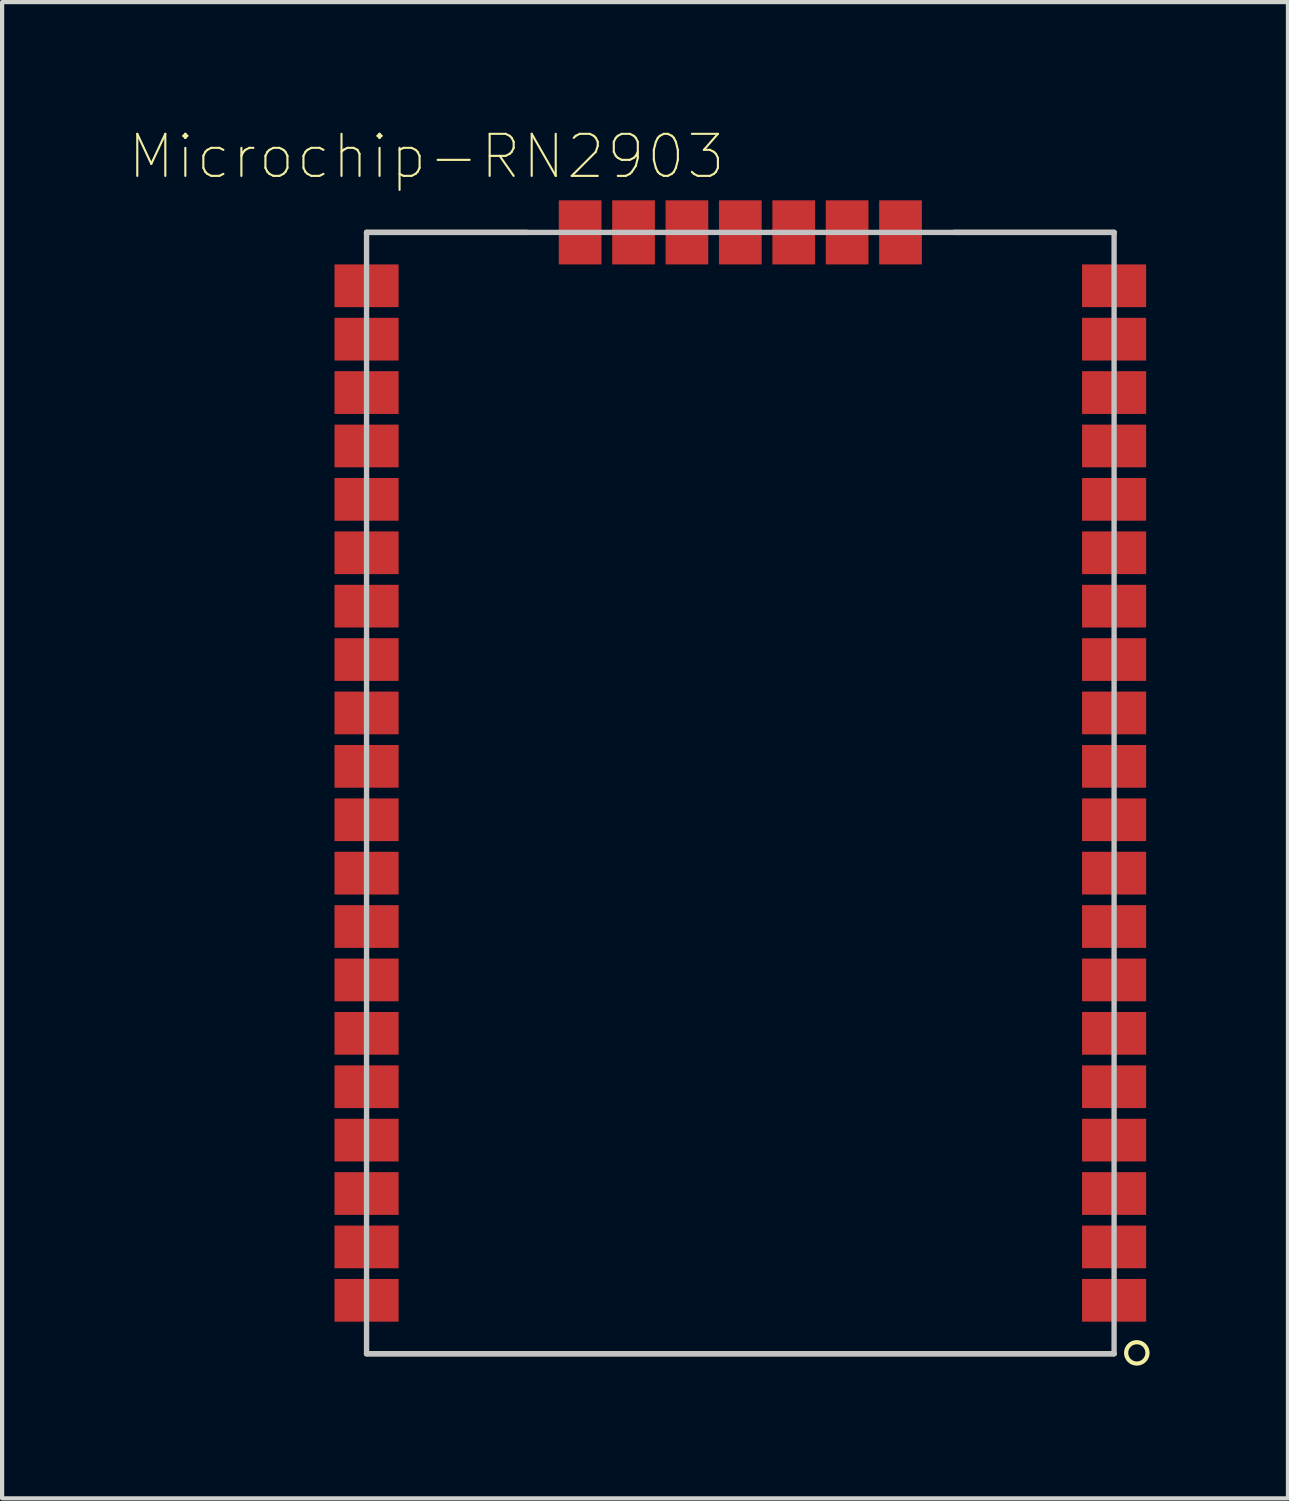
<source format=kicad_pcb>
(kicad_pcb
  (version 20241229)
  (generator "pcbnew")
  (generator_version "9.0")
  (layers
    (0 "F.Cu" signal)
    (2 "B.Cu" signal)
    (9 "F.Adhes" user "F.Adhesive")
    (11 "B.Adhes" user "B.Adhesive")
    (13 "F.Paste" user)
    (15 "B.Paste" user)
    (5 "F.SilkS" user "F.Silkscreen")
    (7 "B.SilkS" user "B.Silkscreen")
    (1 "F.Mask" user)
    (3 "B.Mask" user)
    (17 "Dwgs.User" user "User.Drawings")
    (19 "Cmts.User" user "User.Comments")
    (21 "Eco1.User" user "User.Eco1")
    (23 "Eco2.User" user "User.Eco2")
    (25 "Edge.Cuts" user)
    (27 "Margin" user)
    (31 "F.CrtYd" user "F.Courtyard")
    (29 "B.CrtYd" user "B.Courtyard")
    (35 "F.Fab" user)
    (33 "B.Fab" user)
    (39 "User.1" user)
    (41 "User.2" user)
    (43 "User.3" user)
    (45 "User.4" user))
  (footprint "Microchip-RN2903"
    (layer "F.Cu")
    (at 14.558 15.812)
    (property "Reference" "Microchip-RN2903" (at -7.462 -15.139 0) (layer "F.SilkS") (effects (font (size 1 1) (thickness 0.05))))
    (attr smd)
    (fp_line (start -8.89 -13.335) (end -5.08 -13.335) (stroke (width 0.127) (type solid)) (layer "F.SilkS"))
    (fp_line (start -8.89 13.335) (end 8.89 13.335) (stroke (width 0.127) (type solid)) (layer "F.SilkS"))
    (fp_line (start 5.08 -13.335) (end 8.89 -13.335) (stroke (width 0.127) (type solid)) (layer "F.SilkS"))
    (fp_circle (center 9.43 13.315) (end 9.684 13.315) (stroke (width 0.1) (type solid)) (fill no) (layer "F.SilkS"))
    (fp_line (start -8.89 -13.335) (end -8.89 13.335) (stroke (width 0.127) (type solid)) (layer "Dwgs.User"))
    (fp_line (start -8.89 13.335) (end 8.89 13.335) (stroke (width 0.127) (type solid)) (layer "Dwgs.User"))
    (fp_line (start 8.89 -13.335) (end -8.89 -13.335) (stroke (width 0.127) (type solid)) (layer "Dwgs.User"))
    (fp_line (start 8.89 13.335) (end 8.89 -13.335) (stroke (width 0.127) (type solid)) (layer "Dwgs.User"))
    (fp_line (start -10 -14.5) (end -10 13.75) (stroke (width 0.05) (type solid)) (layer "Eco1.User"))
    (fp_line (start -10 13.75) (end 10 13.75) (stroke (width 0.05) (type solid)) (layer "Eco1.User"))
    (fp_line (start 10 -14.5) (end -10 -14.5) (stroke (width 0.05) (type solid)) (layer "Eco1.User"))
    (fp_line (start 10 13.75) (end 10 -14.5) (stroke (width 0.05) (type solid)) (layer "Eco1.User"))
    (pad "1" smd rect (at 8.89 12.065 90) (size 1.016 1.524) (layers "F.Cu" "F.Mask" "F.Paste"))
    (pad "2" smd rect (at 8.89 10.795 90) (size 1.016 1.524) (layers "F.Cu" "F.Mask" "F.Paste"))
    (pad "3" smd rect (at 8.89 9.525 90) (size 1.016 1.524) (layers "F.Cu" "F.Mask" "F.Paste"))
    (pad "4" smd rect (at 8.89 8.255 90) (size 1.016 1.524) (layers "F.Cu" "F.Mask" "F.Paste"))
    (pad "5" smd rect (at 8.89 6.985 90) (size 1.016 1.524) (layers "F.Cu" "F.Mask" "F.Paste"))
    (pad "6" smd rect (at 8.89 5.715 90) (size 1.016 1.524) (layers "F.Cu" "F.Mask" "F.Paste"))
    (pad "7" smd rect (at 8.89 4.445 90) (size 1.016 1.524) (layers "F.Cu" "F.Mask" "F.Paste"))
    (pad "8" smd rect (at 8.89 3.175 90) (size 1.016 1.524) (layers "F.Cu" "F.Mask" "F.Paste"))
    (pad "9" smd rect (at 8.89 1.905 90) (size 1.016 1.524) (layers "F.Cu" "F.Mask" "F.Paste"))
    (pad "10" smd rect (at 8.89 0.635 90) (size 1.016 1.524) (layers "F.Cu" "F.Mask" "F.Paste"))
    (pad "11" smd rect (at 8.89 -0.635 90) (size 1.016 1.524) (layers "F.Cu" "F.Mask" "F.Paste"))
    (pad "12" smd rect (at 8.89 -1.905 90) (size 1.016 1.524) (layers "F.Cu" "F.Mask" "F.Paste"))
    (pad "13" smd rect (at 8.89 -3.175 90) (size 1.016 1.524) (layers "F.Cu" "F.Mask" "F.Paste"))
    (pad "14" smd rect (at 8.89 -4.445 90) (size 1.016 1.524) (layers "F.Cu" "F.Mask" "F.Paste"))
    (pad "15" smd rect (at 8.89 -5.715 90) (size 1.016 1.524) (layers "F.Cu" "F.Mask" "F.Paste"))
    (pad "16" smd rect (at 8.89 -6.985 90) (size 1.016 1.524) (layers "F.Cu" "F.Mask" "F.Paste"))
    (pad "17" smd rect (at 8.89 -8.255 90) (size 1.016 1.524) (layers "F.Cu" "F.Mask" "F.Paste"))
    (pad "18" smd rect (at 8.89 -9.525 90) (size 1.016 1.524) (layers "F.Cu" "F.Mask" "F.Paste"))
    (pad "19" smd rect (at 8.89 -10.795 90) (size 1.016 1.524) (layers "F.Cu" "F.Mask" "F.Paste"))
    (pad "20" smd rect (at 8.89 -12.065 90) (size 1.016 1.524) (layers "F.Cu" "F.Mask" "F.Paste"))
    (pad "21" smd rect (at 3.81 -13.335 180) (size 1.016 1.524) (layers "F.Cu" "F.Mask" "F.Paste"))
    (pad "22" smd rect (at 2.54 -13.335 180) (size 1.016 1.524) (layers "F.Cu" "F.Mask" "F.Paste"))
    (pad "23" smd rect (at 1.27 -13.335 180) (size 1.016 1.524) (layers "F.Cu" "F.Mask" "F.Paste"))
    (pad "24" smd rect (at 0 -13.335 180) (size 1.016 1.524) (layers "F.Cu" "F.Mask" "F.Paste"))
    (pad "25" smd rect (at -1.27 -13.335 180) (size 1.016 1.524) (layers "F.Cu" "F.Mask" "F.Paste"))
    (pad "26" smd rect (at -2.54 -13.335 180) (size 1.016 1.524) (layers "F.Cu" "F.Mask" "F.Paste"))
    (pad "27" smd rect (at -3.81 -13.335 180) (size 1.016 1.524) (layers "F.Cu" "F.Mask" "F.Paste"))
    (pad "28" smd rect (at -8.89 -12.065 270) (size 1.016 1.524) (layers "F.Cu" "F.Mask" "F.Paste"))
    (pad "29" smd rect (at -8.89 -10.795 270) (size 1.016 1.524) (layers "F.Cu" "F.Mask" "F.Paste"))
    (pad "30" smd rect (at -8.89 -9.525 270) (size 1.016 1.524) (layers "F.Cu" "F.Mask" "F.Paste"))
    (pad "31" smd rect (at -8.89 -8.255 270) (size 1.016 1.524) (layers "F.Cu" "F.Mask" "F.Paste"))
    (pad "32" smd rect (at -8.89 -6.985 270) (size 1.016 1.524) (layers "F.Cu" "F.Mask" "F.Paste"))
    (pad "33" smd rect (at -8.89 -5.715 270) (size 1.016 1.524) (layers "F.Cu" "F.Mask" "F.Paste"))
    (pad "34" smd rect (at -8.89 -4.445 270) (size 1.016 1.524) (layers "F.Cu" "F.Mask" "F.Paste"))
    (pad "35" smd rect (at -8.89 -3.175 270) (size 1.016 1.524) (layers "F.Cu" "F.Mask" "F.Paste"))
    (pad "36" smd rect (at -8.89 -1.905 270) (size 1.016 1.524) (layers "F.Cu" "F.Mask" "F.Paste"))
    (pad "37" smd rect (at -8.89 -0.635 270) (size 1.016 1.524) (layers "F.Cu" "F.Mask" "F.Paste"))
    (pad "38" smd rect (at -8.89 0.635 270) (size 1.016 1.524) (layers "F.Cu" "F.Mask" "F.Paste"))
    (pad "39" smd rect (at -8.89 1.905 270) (size 1.016 1.524) (layers "F.Cu" "F.Mask" "F.Paste"))
    (pad "40" smd rect (at -8.89 3.175 270) (size 1.016 1.524) (layers "F.Cu" "F.Mask" "F.Paste"))
    (pad "41" smd rect (at -8.89 4.445 270) (size 1.016 1.524) (layers "F.Cu" "F.Mask" "F.Paste"))
    (pad "42" smd rect (at -8.89 5.715 270) (size 1.016 1.524) (layers "F.Cu" "F.Mask" "F.Paste"))
    (pad "43" smd rect (at -8.89 6.985 270) (size 1.016 1.524) (layers "F.Cu" "F.Mask" "F.Paste"))
    (pad "44" smd rect (at -8.89 8.255 270) (size 1.016 1.524) (layers "F.Cu" "F.Mask" "F.Paste"))
    (pad "45" smd rect (at -8.89 9.525 270) (size 1.016 1.524) (layers "F.Cu" "F.Mask" "F.Paste"))
    (pad "46" smd rect (at -8.89 10.795 270) (size 1.016 1.524) (layers "F.Cu" "F.Mask" "F.Paste"))
    (pad "47" smd rect (at -8.89 12.065 270) (size 1.016 1.524) (layers "F.Cu" "F.Mask" "F.Paste")))
  (gr_rect
    (start -3 -3)
    (end 27.583 32.587)
    (stroke (width 0.1) (type default))
    (fill no)
    (layer "Edge.Cuts")))
</source>
